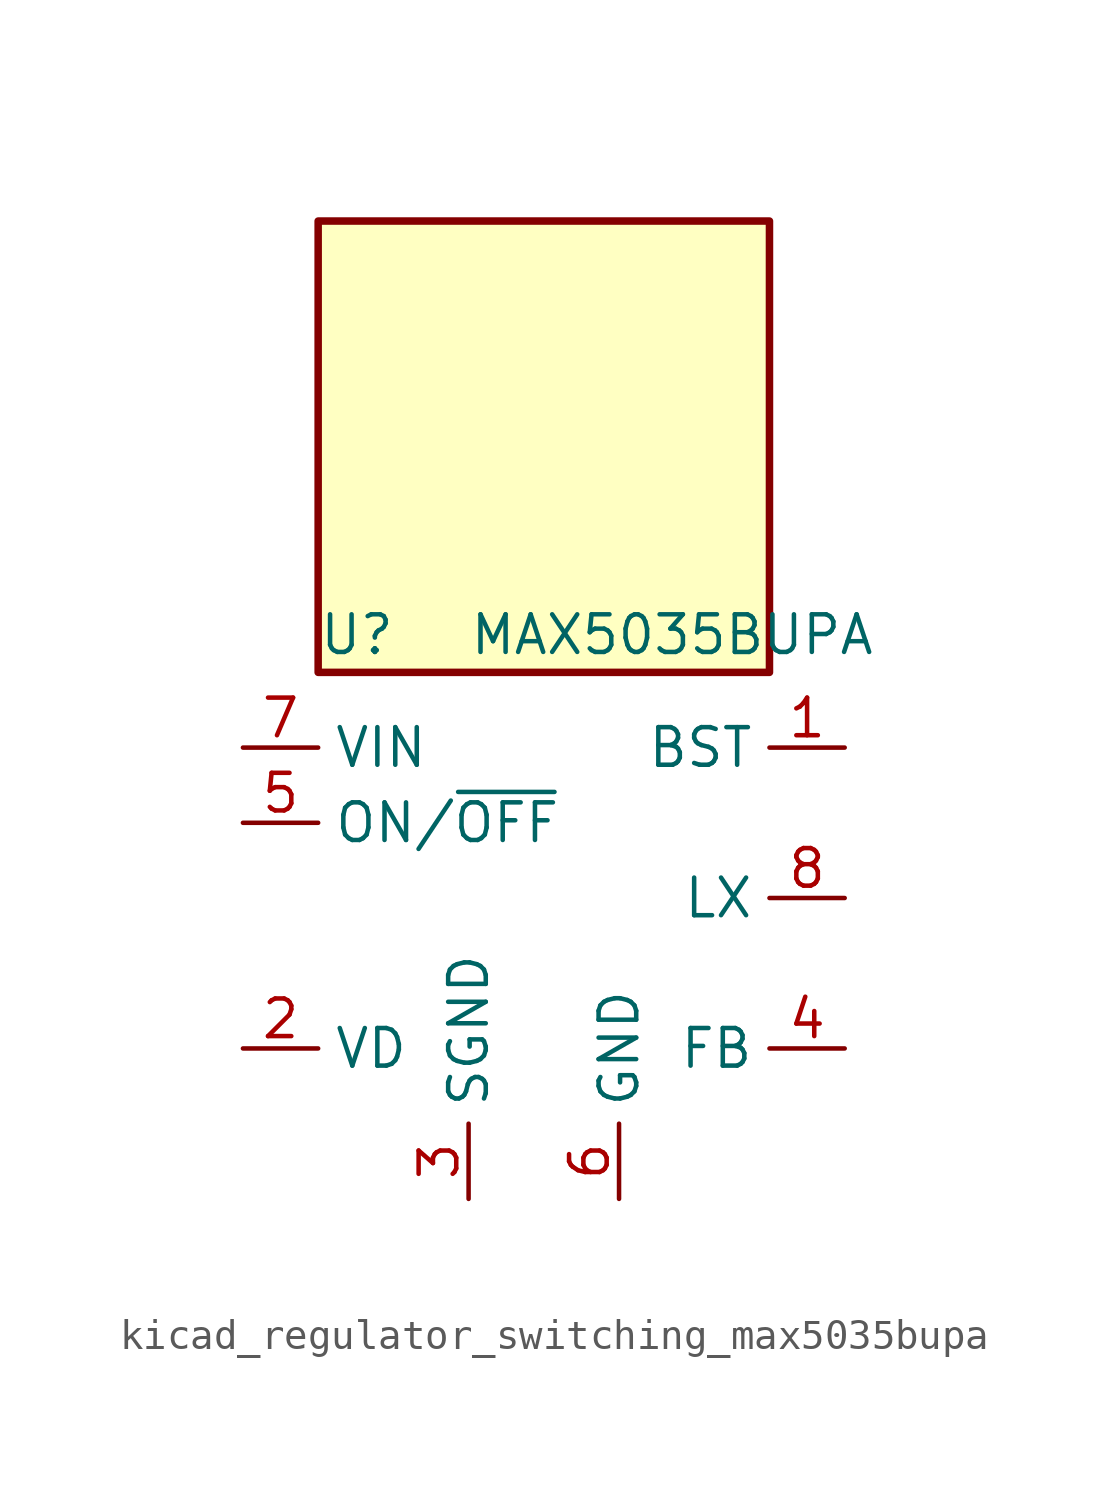
<source format=kicad_sym>
(kicad_symbol_lib
  (version 20220914)
  (generator kicad_symbol_editor)
  (symbol "kicad_regulator_switching_max5035bupa"
    (property "Reference" "U"
      (at -7.62 8.89 0)
      (effects (font (size 1.27 1.27)) (justify left)))
    (property "Value" "MAX5035BUPA"
      (at -2.54 8.89 0)
      (effects (font (size 1.27 1.27)) (justify left)))
    (symbol "kicad_regulator_switching_max5035bupa_0_1"
      (rectangle (start 7.62 22.86) (end -7.62 7.62) (stroke (width 0.254) (type default)) (fill (type background))))
    (symbol "kicad_regulator_switching_max5035bupa_1_1"
      (pin passive line (at 10.16 5.08 180) (length 2.54) (name "BST" (effects (font (size 1.27 1.27)))) (number "1" (effects (font (size 1.27 1.27)))))
      (pin passive line (at -10.16 -5.08 0) (length 2.54) (name "VD" (effects (font (size 1.27 1.27)))) (number "2" (effects (font (size 1.27 1.27)))))
      (pin power_in line (at -2.54 -10.16 90) (length 2.54) (name "SGND" (effects (font (size 1.27 1.27)))) (number "3" (effects (font (size 1.27 1.27)))))
      (pin input line (at 10.16 -5.08 180) (length 2.54) (name "FB" (effects (font (size 1.27 1.27)))) (number "4" (effects (font (size 1.27 1.27)))))
      (pin input line (at -10.16 2.54 0) (length 2.54) (name "ON/~{OFF}" (effects (font (size 1.27 1.27)))) (number "5" (effects (font (size 1.27 1.27)))))
      (pin power_in line (at 2.54 -10.16 90) (length 2.54) (name "GND" (effects (font (size 1.27 1.27)))) (number "6" (effects (font (size 1.27 1.27)))))
      (pin power_in line (at -10.16 5.08 0) (length 2.54) (name "VIN" (effects (font (size 1.27 1.27)))) (number "7" (effects (font (size 1.27 1.27)))))
      (pin output line (at 10.16 0 180) (length 2.54) (name "LX" (effects (font (size 1.27 1.27)))) (number "8" (effects (font (size 1.27 1.27))))))))
</source>
